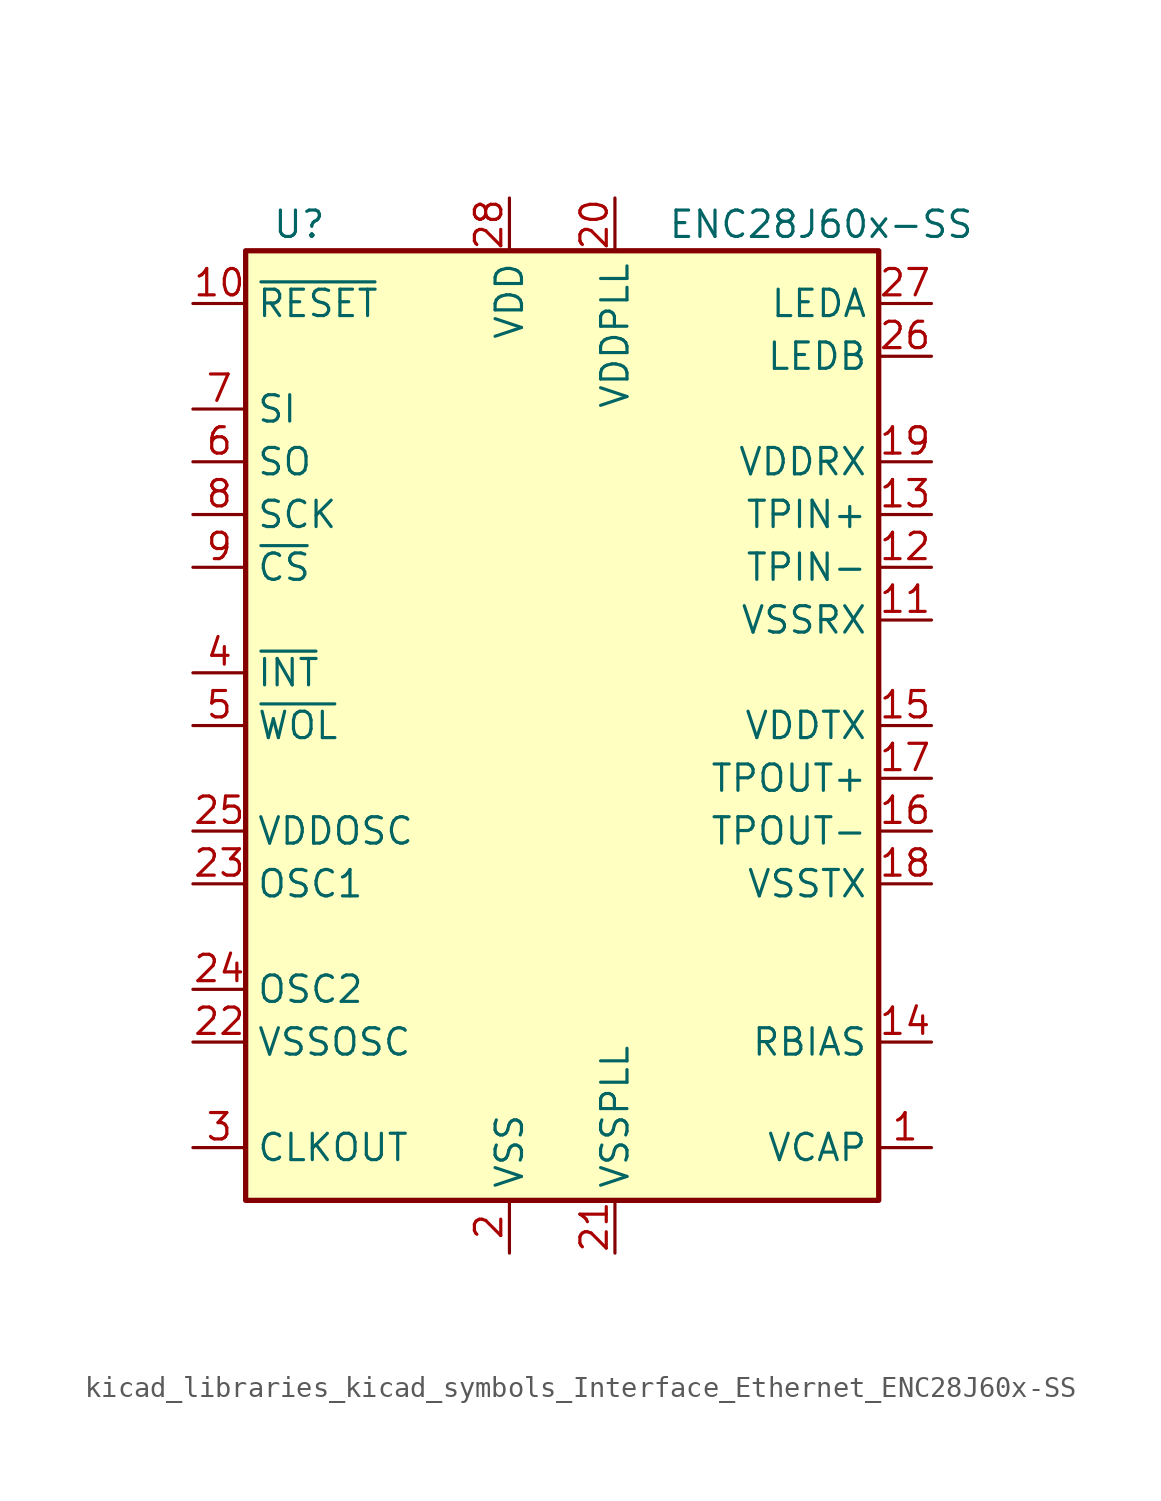
<source format=kicad_sym>
(kicad_symbol_lib
  (version 20220914)
  (generator kicad_symbol_editor)
  (symbol "kicad_libraries_kicad_symbols_Interface_Ethernet_ENC28J60x-SS"
    (property "Reference" "U"
      (at -13.97 24.13 0)
      (effects (font (size 1.27 1.27)) (justify left)))
    (property "Value" "ENC28J60x-SS"
      (at 5.08 24.13 0)
      (effects (font (size 1.27 1.27)) (justify left)))
    (symbol "kicad_libraries_kicad_symbols_Interface_Ethernet_ENC28J60x-SS_0_1"
      (rectangle (start -15.24 22.86) (end 15.24 -22.86) (stroke (width 0.254) (type default)) (fill (type background))))
    (symbol "kicad_libraries_kicad_symbols_Interface_Ethernet_ENC28J60x-SS_1_1"
      (pin input line (at 17.78 -20.32 180) (length 2.54) (name "VCAP" (effects (font (size 1.27 1.27)))) (number "1" (effects (font (size 1.27 1.27)))))
      (pin input line (at -17.78 20.32 0) (length 2.54) (name "~{RESET}" (effects (font (size 1.27 1.27)))) (number "10" (effects (font (size 1.27 1.27)))))
      (pin power_in line (at 17.78 5.08 180) (length 2.54) (name "VSSRX" (effects (font (size 1.27 1.27)))) (number "11" (effects (font (size 1.27 1.27)))))
      (pin input line (at 17.78 7.62 180) (length 2.54) (name "TPIN-" (effects (font (size 1.27 1.27)))) (number "12" (effects (font (size 1.27 1.27)))))
      (pin input line (at 17.78 10.16 180) (length 2.54) (name "TPIN+" (effects (font (size 1.27 1.27)))) (number "13" (effects (font (size 1.27 1.27)))))
      (pin input line (at 17.78 -15.24 180) (length 2.54) (name "RBIAS" (effects (font (size 1.27 1.27)))) (number "14" (effects (font (size 1.27 1.27)))))
      (pin power_in line (at 17.78 0 180) (length 2.54) (name "VDDTX" (effects (font (size 1.27 1.27)))) (number "15" (effects (font (size 1.27 1.27)))))
      (pin output line (at 17.78 -5.08 180) (length 2.54) (name "TPOUT-" (effects (font (size 1.27 1.27)))) (number "16" (effects (font (size 1.27 1.27)))))
      (pin output line (at 17.78 -2.54 180) (length 2.54) (name "TPOUT+" (effects (font (size 1.27 1.27)))) (number "17" (effects (font (size 1.27 1.27)))))
      (pin power_in line (at 17.78 -7.62 180) (length 2.54) (name "VSSTX" (effects (font (size 1.27 1.27)))) (number "18" (effects (font (size 1.27 1.27)))))
      (pin power_in line (at 17.78 12.7 180) (length 2.54) (name "VDDRX" (effects (font (size 1.27 1.27)))) (number "19" (effects (font (size 1.27 1.27)))))
      (pin power_in line (at -2.54 -25.4 90) (length 2.54) (name "VSS" (effects (font (size 1.27 1.27)))) (number "2" (effects (font (size 1.27 1.27)))))
      (pin power_in line (at 2.54 25.4 270) (length 2.54) (name "VDDPLL" (effects (font (size 1.27 1.27)))) (number "20" (effects (font (size 1.27 1.27)))))
      (pin power_in line (at 2.54 -25.4 90) (length 2.54) (name "VSSPLL" (effects (font (size 1.27 1.27)))) (number "21" (effects (font (size 1.27 1.27)))))
      (pin power_in line (at -17.78 -15.24 0) (length 2.54) (name "VSSOSC" (effects (font (size 1.27 1.27)))) (number "22" (effects (font (size 1.27 1.27)))))
      (pin input line (at -17.78 -7.62 0) (length 2.54) (name "OSC1" (effects (font (size 1.27 1.27)))) (number "23" (effects (font (size 1.27 1.27)))))
      (pin input line (at -17.78 -12.7 0) (length 2.54) (name "OSC2" (effects (font (size 1.27 1.27)))) (number "24" (effects (font (size 1.27 1.27)))))
      (pin power_in line (at -17.78 -5.08 0) (length 2.54) (name "VDDOSC" (effects (font (size 1.27 1.27)))) (number "25" (effects (font (size 1.27 1.27)))))
      (pin output line (at 17.78 17.78 180) (length 2.54) (name "LEDB" (effects (font (size 1.27 1.27)))) (number "26" (effects (font (size 1.27 1.27)))))
      (pin output line (at 17.78 20.32 180) (length 2.54) (name "LEDA" (effects (font (size 1.27 1.27)))) (number "27" (effects (font (size 1.27 1.27)))))
      (pin power_in line (at -2.54 25.4 270) (length 2.54) (name "VDD" (effects (font (size 1.27 1.27)))) (number "28" (effects (font (size 1.27 1.27)))))
      (pin output line (at -17.78 -20.32 0) (length 2.54) (name "CLKOUT" (effects (font (size 1.27 1.27)))) (number "3" (effects (font (size 1.27 1.27)))))
      (pin output line (at -17.78 2.54 0) (length 2.54) (name "~{INT}" (effects (font (size 1.27 1.27)))) (number "4" (effects (font (size 1.27 1.27)))))
      (pin output line (at -17.78 0 0) (length 2.54) (name "~{WOL}" (effects (font (size 1.27 1.27)))) (number "5" (effects (font (size 1.27 1.27)))))
      (pin output line (at -17.78 12.7 0) (length 2.54) (name "SO" (effects (font (size 1.27 1.27)))) (number "6" (effects (font (size 1.27 1.27)))))
      (pin input line (at -17.78 15.24 0) (length 2.54) (name "SI" (effects (font (size 1.27 1.27)))) (number "7" (effects (font (size 1.27 1.27)))))
      (pin input line (at -17.78 10.16 0) (length 2.54) (name "SCK" (effects (font (size 1.27 1.27)))) (number "8" (effects (font (size 1.27 1.27)))))
      (pin input line (at -17.78 7.62 0) (length 2.54) (name "~{CS}" (effects (font (size 1.27 1.27)))) (number "9" (effects (font (size 1.27 1.27))))))))
</source>
